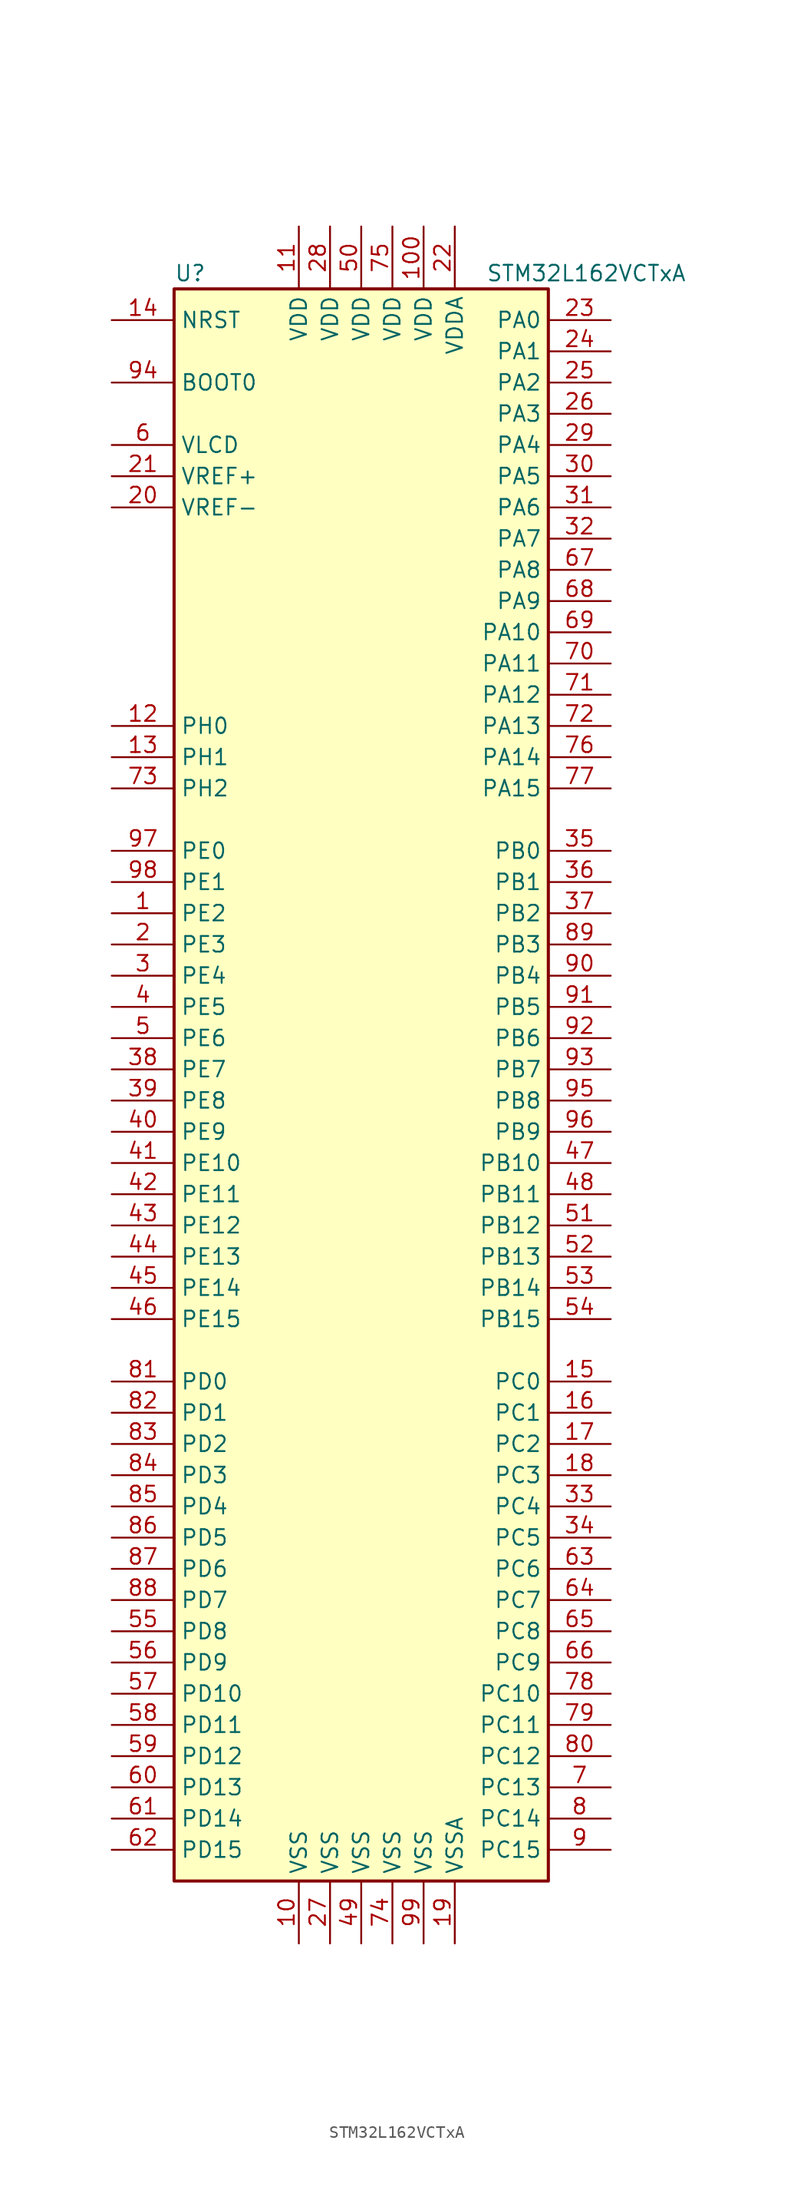
<source format=kicad_sym>
(kicad_symbol_lib
  (version 20211014)
  (generator kicad_symbol_editor)
  (symbol "STM32L162VCTxA"
    (property "Reference" "U"
      (at -15.24 64.77 0)
      (effects (font (size 1.27 1.27)) (justify left)))
    (property "Value" "STM32L162VCTxA"
      (at 10.16 64.77 0)
      (effects (font (size 1.27 1.27)) (justify left)))
    (symbol "STM32L162VCTxA_0_1"
      (rectangle (start -15.24 -66.04) (end 15.24 63.5) (stroke (width 0.254) (type default) (color 0 0 0 0)) (fill (type background))))
    (symbol "STM32L162VCTxA_1_1"
      (pin bidirectional line (at -20.32 12.7 0) (length 5.08) (name "PE2" (effects (font (size 1.27 1.27)))) (number "1" (effects (font (size 1.27 1.27)))))
      (pin power_in line (at -5.08 -71.12 90) (length 5.08) (name "VSS" (effects (font (size 1.27 1.27)))) (number "10" (effects (font (size 1.27 1.27)))))
      (pin power_in line (at 5.08 68.58 270) (length 5.08) (name "VDD" (effects (font (size 1.27 1.27)))) (number "100" (effects (font (size 1.27 1.27)))))
      (pin power_in line (at -5.08 68.58 270) (length 5.08) (name "VDD" (effects (font (size 1.27 1.27)))) (number "11" (effects (font (size 1.27 1.27)))))
      (pin input line (at -20.32 27.94 0) (length 5.08) (name "PH0" (effects (font (size 1.27 1.27)))) (number "12" (effects (font (size 1.27 1.27)))))
      (pin input line (at -20.32 25.4 0) (length 5.08) (name "PH1" (effects (font (size 1.27 1.27)))) (number "13" (effects (font (size 1.27 1.27)))))
      (pin input line (at -20.32 60.96 0) (length 5.08) (name "NRST" (effects (font (size 1.27 1.27)))) (number "14" (effects (font (size 1.27 1.27)))))
      (pin bidirectional line (at 20.32 -25.4 180) (length 5.08) (name "PC0" (effects (font (size 1.27 1.27)))) (number "15" (effects (font (size 1.27 1.27)))))
      (pin bidirectional line (at 20.32 -27.94 180) (length 5.08) (name "PC1" (effects (font (size 1.27 1.27)))) (number "16" (effects (font (size 1.27 1.27)))))
      (pin bidirectional line (at 20.32 -30.48 180) (length 5.08) (name "PC2" (effects (font (size 1.27 1.27)))) (number "17" (effects (font (size 1.27 1.27)))))
      (pin bidirectional line (at 20.32 -33.02 180) (length 5.08) (name "PC3" (effects (font (size 1.27 1.27)))) (number "18" (effects (font (size 1.27 1.27)))))
      (pin power_in line (at 7.62 -71.12 90) (length 5.08) (name "VSSA" (effects (font (size 1.27 1.27)))) (number "19" (effects (font (size 1.27 1.27)))))
      (pin bidirectional line (at -20.32 10.16 0) (length 5.08) (name "PE3" (effects (font (size 1.27 1.27)))) (number "2" (effects (font (size 1.27 1.27)))))
      (pin power_in line (at -20.32 45.72 0) (length 5.08) (name "VREF-" (effects (font (size 1.27 1.27)))) (number "20" (effects (font (size 1.27 1.27)))))
      (pin power_in line (at -20.32 48.26 0) (length 5.08) (name "VREF+" (effects (font (size 1.27 1.27)))) (number "21" (effects (font (size 1.27 1.27)))))
      (pin power_in line (at 7.62 68.58 270) (length 5.08) (name "VDDA" (effects (font (size 1.27 1.27)))) (number "22" (effects (font (size 1.27 1.27)))))
      (pin bidirectional line (at 20.32 60.96 180) (length 5.08) (name "PA0" (effects (font (size 1.27 1.27)))) (number "23" (effects (font (size 1.27 1.27)))))
      (pin bidirectional line (at 20.32 58.42 180) (length 5.08) (name "PA1" (effects (font (size 1.27 1.27)))) (number "24" (effects (font (size 1.27 1.27)))))
      (pin bidirectional line (at 20.32 55.88 180) (length 5.08) (name "PA2" (effects (font (size 1.27 1.27)))) (number "25" (effects (font (size 1.27 1.27)))))
      (pin bidirectional line (at 20.32 53.34 180) (length 5.08) (name "PA3" (effects (font (size 1.27 1.27)))) (number "26" (effects (font (size 1.27 1.27)))))
      (pin power_in line (at -2.54 -71.12 90) (length 5.08) (name "VSS" (effects (font (size 1.27 1.27)))) (number "27" (effects (font (size 1.27 1.27)))))
      (pin power_in line (at -2.54 68.58 270) (length 5.08) (name "VDD" (effects (font (size 1.27 1.27)))) (number "28" (effects (font (size 1.27 1.27)))))
      (pin bidirectional line (at 20.32 50.8 180) (length 5.08) (name "PA4" (effects (font (size 1.27 1.27)))) (number "29" (effects (font (size 1.27 1.27)))))
      (pin bidirectional line (at -20.32 7.62 0) (length 5.08) (name "PE4" (effects (font (size 1.27 1.27)))) (number "3" (effects (font (size 1.27 1.27)))))
      (pin bidirectional line (at 20.32 48.26 180) (length 5.08) (name "PA5" (effects (font (size 1.27 1.27)))) (number "30" (effects (font (size 1.27 1.27)))))
      (pin bidirectional line (at 20.32 45.72 180) (length 5.08) (name "PA6" (effects (font (size 1.27 1.27)))) (number "31" (effects (font (size 1.27 1.27)))))
      (pin bidirectional line (at 20.32 43.18 180) (length 5.08) (name "PA7" (effects (font (size 1.27 1.27)))) (number "32" (effects (font (size 1.27 1.27)))))
      (pin bidirectional line (at 20.32 -35.56 180) (length 5.08) (name "PC4" (effects (font (size 1.27 1.27)))) (number "33" (effects (font (size 1.27 1.27)))))
      (pin bidirectional line (at 20.32 -38.1 180) (length 5.08) (name "PC5" (effects (font (size 1.27 1.27)))) (number "34" (effects (font (size 1.27 1.27)))))
      (pin bidirectional line (at 20.32 17.78 180) (length 5.08) (name "PB0" (effects (font (size 1.27 1.27)))) (number "35" (effects (font (size 1.27 1.27)))))
      (pin bidirectional line (at 20.32 15.24 180) (length 5.08) (name "PB1" (effects (font (size 1.27 1.27)))) (number "36" (effects (font (size 1.27 1.27)))))
      (pin bidirectional line (at 20.32 12.7 180) (length 5.08) (name "PB2" (effects (font (size 1.27 1.27)))) (number "37" (effects (font (size 1.27 1.27)))))
      (pin bidirectional line (at -20.32 0 0) (length 5.08) (name "PE7" (effects (font (size 1.27 1.27)))) (number "38" (effects (font (size 1.27 1.27)))))
      (pin bidirectional line (at -20.32 -2.54 0) (length 5.08) (name "PE8" (effects (font (size 1.27 1.27)))) (number "39" (effects (font (size 1.27 1.27)))))
      (pin bidirectional line (at -20.32 5.08 0) (length 5.08) (name "PE5" (effects (font (size 1.27 1.27)))) (number "4" (effects (font (size 1.27 1.27)))))
      (pin bidirectional line (at -20.32 -5.08 0) (length 5.08) (name "PE9" (effects (font (size 1.27 1.27)))) (number "40" (effects (font (size 1.27 1.27)))))
      (pin bidirectional line (at -20.32 -7.62 0) (length 5.08) (name "PE10" (effects (font (size 1.27 1.27)))) (number "41" (effects (font (size 1.27 1.27)))))
      (pin bidirectional line (at -20.32 -10.16 0) (length 5.08) (name "PE11" (effects (font (size 1.27 1.27)))) (number "42" (effects (font (size 1.27 1.27)))))
      (pin bidirectional line (at -20.32 -12.7 0) (length 5.08) (name "PE12" (effects (font (size 1.27 1.27)))) (number "43" (effects (font (size 1.27 1.27)))))
      (pin bidirectional line (at -20.32 -15.24 0) (length 5.08) (name "PE13" (effects (font (size 1.27 1.27)))) (number "44" (effects (font (size 1.27 1.27)))))
      (pin bidirectional line (at -20.32 -17.78 0) (length 5.08) (name "PE14" (effects (font (size 1.27 1.27)))) (number "45" (effects (font (size 1.27 1.27)))))
      (pin bidirectional line (at -20.32 -20.32 0) (length 5.08) (name "PE15" (effects (font (size 1.27 1.27)))) (number "46" (effects (font (size 1.27 1.27)))))
      (pin bidirectional line (at 20.32 -7.62 180) (length 5.08) (name "PB10" (effects (font (size 1.27 1.27)))) (number "47" (effects (font (size 1.27 1.27)))))
      (pin bidirectional line (at 20.32 -10.16 180) (length 5.08) (name "PB11" (effects (font (size 1.27 1.27)))) (number "48" (effects (font (size 1.27 1.27)))))
      (pin power_in line (at 0 -71.12 90) (length 5.08) (name "VSS" (effects (font (size 1.27 1.27)))) (number "49" (effects (font (size 1.27 1.27)))))
      (pin bidirectional line (at -20.32 2.54 0) (length 5.08) (name "PE6" (effects (font (size 1.27 1.27)))) (number "5" (effects (font (size 1.27 1.27)))))
      (pin power_in line (at 0 68.58 270) (length 5.08) (name "VDD" (effects (font (size 1.27 1.27)))) (number "50" (effects (font (size 1.27 1.27)))))
      (pin bidirectional line (at 20.32 -12.7 180) (length 5.08) (name "PB12" (effects (font (size 1.27 1.27)))) (number "51" (effects (font (size 1.27 1.27)))))
      (pin bidirectional line (at 20.32 -15.24 180) (length 5.08) (name "PB13" (effects (font (size 1.27 1.27)))) (number "52" (effects (font (size 1.27 1.27)))))
      (pin bidirectional line (at 20.32 -17.78 180) (length 5.08) (name "PB14" (effects (font (size 1.27 1.27)))) (number "53" (effects (font (size 1.27 1.27)))))
      (pin bidirectional line (at 20.32 -20.32 180) (length 5.08) (name "PB15" (effects (font (size 1.27 1.27)))) (number "54" (effects (font (size 1.27 1.27)))))
      (pin bidirectional line (at -20.32 -45.72 0) (length 5.08) (name "PD8" (effects (font (size 1.27 1.27)))) (number "55" (effects (font (size 1.27 1.27)))))
      (pin bidirectional line (at -20.32 -48.26 0) (length 5.08) (name "PD9" (effects (font (size 1.27 1.27)))) (number "56" (effects (font (size 1.27 1.27)))))
      (pin bidirectional line (at -20.32 -50.8 0) (length 5.08) (name "PD10" (effects (font (size 1.27 1.27)))) (number "57" (effects (font (size 1.27 1.27)))))
      (pin bidirectional line (at -20.32 -53.34 0) (length 5.08) (name "PD11" (effects (font (size 1.27 1.27)))) (number "58" (effects (font (size 1.27 1.27)))))
      (pin bidirectional line (at -20.32 -55.88 0) (length 5.08) (name "PD12" (effects (font (size 1.27 1.27)))) (number "59" (effects (font (size 1.27 1.27)))))
      (pin power_in line (at -20.32 50.8 0) (length 5.08) (name "VLCD" (effects (font (size 1.27 1.27)))) (number "6" (effects (font (size 1.27 1.27)))))
      (pin bidirectional line (at -20.32 -58.42 0) (length 5.08) (name "PD13" (effects (font (size 1.27 1.27)))) (number "60" (effects (font (size 1.27 1.27)))))
      (pin bidirectional line (at -20.32 -60.96 0) (length 5.08) (name "PD14" (effects (font (size 1.27 1.27)))) (number "61" (effects (font (size 1.27 1.27)))))
      (pin bidirectional line (at -20.32 -63.5 0) (length 5.08) (name "PD15" (effects (font (size 1.27 1.27)))) (number "62" (effects (font (size 1.27 1.27)))))
      (pin bidirectional line (at 20.32 -40.64 180) (length 5.08) (name "PC6" (effects (font (size 1.27 1.27)))) (number "63" (effects (font (size 1.27 1.27)))))
      (pin bidirectional line (at 20.32 -43.18 180) (length 5.08) (name "PC7" (effects (font (size 1.27 1.27)))) (number "64" (effects (font (size 1.27 1.27)))))
      (pin bidirectional line (at 20.32 -45.72 180) (length 5.08) (name "PC8" (effects (font (size 1.27 1.27)))) (number "65" (effects (font (size 1.27 1.27)))))
      (pin bidirectional line (at 20.32 -48.26 180) (length 5.08) (name "PC9" (effects (font (size 1.27 1.27)))) (number "66" (effects (font (size 1.27 1.27)))))
      (pin bidirectional line (at 20.32 40.64 180) (length 5.08) (name "PA8" (effects (font (size 1.27 1.27)))) (number "67" (effects (font (size 1.27 1.27)))))
      (pin bidirectional line (at 20.32 38.1 180) (length 5.08) (name "PA9" (effects (font (size 1.27 1.27)))) (number "68" (effects (font (size 1.27 1.27)))))
      (pin bidirectional line (at 20.32 35.56 180) (length 5.08) (name "PA10" (effects (font (size 1.27 1.27)))) (number "69" (effects (font (size 1.27 1.27)))))
      (pin bidirectional line (at 20.32 -58.42 180) (length 5.08) (name "PC13" (effects (font (size 1.27 1.27)))) (number "7" (effects (font (size 1.27 1.27)))))
      (pin bidirectional line (at 20.32 33.02 180) (length 5.08) (name "PA11" (effects (font (size 1.27 1.27)))) (number "70" (effects (font (size 1.27 1.27)))))
      (pin bidirectional line (at 20.32 30.48 180) (length 5.08) (name "PA12" (effects (font (size 1.27 1.27)))) (number "71" (effects (font (size 1.27 1.27)))))
      (pin bidirectional line (at 20.32 27.94 180) (length 5.08) (name "PA13" (effects (font (size 1.27 1.27)))) (number "72" (effects (font (size 1.27 1.27)))))
      (pin bidirectional line (at -20.32 22.86 0) (length 5.08) (name "PH2" (effects (font (size 1.27 1.27)))) (number "73" (effects (font (size 1.27 1.27)))))
      (pin power_in line (at 2.54 -71.12 90) (length 5.08) (name "VSS" (effects (font (size 1.27 1.27)))) (number "74" (effects (font (size 1.27 1.27)))))
      (pin power_in line (at 2.54 68.58 270) (length 5.08) (name "VDD" (effects (font (size 1.27 1.27)))) (number "75" (effects (font (size 1.27 1.27)))))
      (pin bidirectional line (at 20.32 25.4 180) (length 5.08) (name "PA14" (effects (font (size 1.27 1.27)))) (number "76" (effects (font (size 1.27 1.27)))))
      (pin bidirectional line (at 20.32 22.86 180) (length 5.08) (name "PA15" (effects (font (size 1.27 1.27)))) (number "77" (effects (font (size 1.27 1.27)))))
      (pin bidirectional line (at 20.32 -50.8 180) (length 5.08) (name "PC10" (effects (font (size 1.27 1.27)))) (number "78" (effects (font (size 1.27 1.27)))))
      (pin bidirectional line (at 20.32 -53.34 180) (length 5.08) (name "PC11" (effects (font (size 1.27 1.27)))) (number "79" (effects (font (size 1.27 1.27)))))
      (pin bidirectional line (at 20.32 -60.96 180) (length 5.08) (name "PC14" (effects (font (size 1.27 1.27)))) (number "8" (effects (font (size 1.27 1.27)))))
      (pin bidirectional line (at 20.32 -55.88 180) (length 5.08) (name "PC12" (effects (font (size 1.27 1.27)))) (number "80" (effects (font (size 1.27 1.27)))))
      (pin bidirectional line (at -20.32 -25.4 0) (length 5.08) (name "PD0" (effects (font (size 1.27 1.27)))) (number "81" (effects (font (size 1.27 1.27)))))
      (pin bidirectional line (at -20.32 -27.94 0) (length 5.08) (name "PD1" (effects (font (size 1.27 1.27)))) (number "82" (effects (font (size 1.27 1.27)))))
      (pin bidirectional line (at -20.32 -30.48 0) (length 5.08) (name "PD2" (effects (font (size 1.27 1.27)))) (number "83" (effects (font (size 1.27 1.27)))))
      (pin bidirectional line (at -20.32 -33.02 0) (length 5.08) (name "PD3" (effects (font (size 1.27 1.27)))) (number "84" (effects (font (size 1.27 1.27)))))
      (pin bidirectional line (at -20.32 -35.56 0) (length 5.08) (name "PD4" (effects (font (size 1.27 1.27)))) (number "85" (effects (font (size 1.27 1.27)))))
      (pin bidirectional line (at -20.32 -38.1 0) (length 5.08) (name "PD5" (effects (font (size 1.27 1.27)))) (number "86" (effects (font (size 1.27 1.27)))))
      (pin bidirectional line (at -20.32 -40.64 0) (length 5.08) (name "PD6" (effects (font (size 1.27 1.27)))) (number "87" (effects (font (size 1.27 1.27)))))
      (pin bidirectional line (at -20.32 -43.18 0) (length 5.08) (name "PD7" (effects (font (size 1.27 1.27)))) (number "88" (effects (font (size 1.27 1.27)))))
      (pin bidirectional line (at 20.32 10.16 180) (length 5.08) (name "PB3" (effects (font (size 1.27 1.27)))) (number "89" (effects (font (size 1.27 1.27)))))
      (pin bidirectional line (at 20.32 -63.5 180) (length 5.08) (name "PC15" (effects (font (size 1.27 1.27)))) (number "9" (effects (font (size 1.27 1.27)))))
      (pin bidirectional line (at 20.32 7.62 180) (length 5.08) (name "PB4" (effects (font (size 1.27 1.27)))) (number "90" (effects (font (size 1.27 1.27)))))
      (pin bidirectional line (at 20.32 5.08 180) (length 5.08) (name "PB5" (effects (font (size 1.27 1.27)))) (number "91" (effects (font (size 1.27 1.27)))))
      (pin bidirectional line (at 20.32 2.54 180) (length 5.08) (name "PB6" (effects (font (size 1.27 1.27)))) (number "92" (effects (font (size 1.27 1.27)))))
      (pin bidirectional line (at 20.32 0 180) (length 5.08) (name "PB7" (effects (font (size 1.27 1.27)))) (number "93" (effects (font (size 1.27 1.27)))))
      (pin input line (at -20.32 55.88 0) (length 5.08) (name "BOOT0" (effects (font (size 1.27 1.27)))) (number "94" (effects (font (size 1.27 1.27)))))
      (pin bidirectional line (at 20.32 -2.54 180) (length 5.08) (name "PB8" (effects (font (size 1.27 1.27)))) (number "95" (effects (font (size 1.27 1.27)))))
      (pin bidirectional line (at 20.32 -5.08 180) (length 5.08) (name "PB9" (effects (font (size 1.27 1.27)))) (number "96" (effects (font (size 1.27 1.27)))))
      (pin bidirectional line (at -20.32 17.78 0) (length 5.08) (name "PE0" (effects (font (size 1.27 1.27)))) (number "97" (effects (font (size 1.27 1.27)))))
      (pin bidirectional line (at -20.32 15.24 0) (length 5.08) (name "PE1" (effects (font (size 1.27 1.27)))) (number "98" (effects (font (size 1.27 1.27)))))
      (pin power_in line (at 5.08 -71.12 90) (length 5.08) (name "VSS" (effects (font (size 1.27 1.27)))) (number "99" (effects (font (size 1.27 1.27))))))))
</source>
